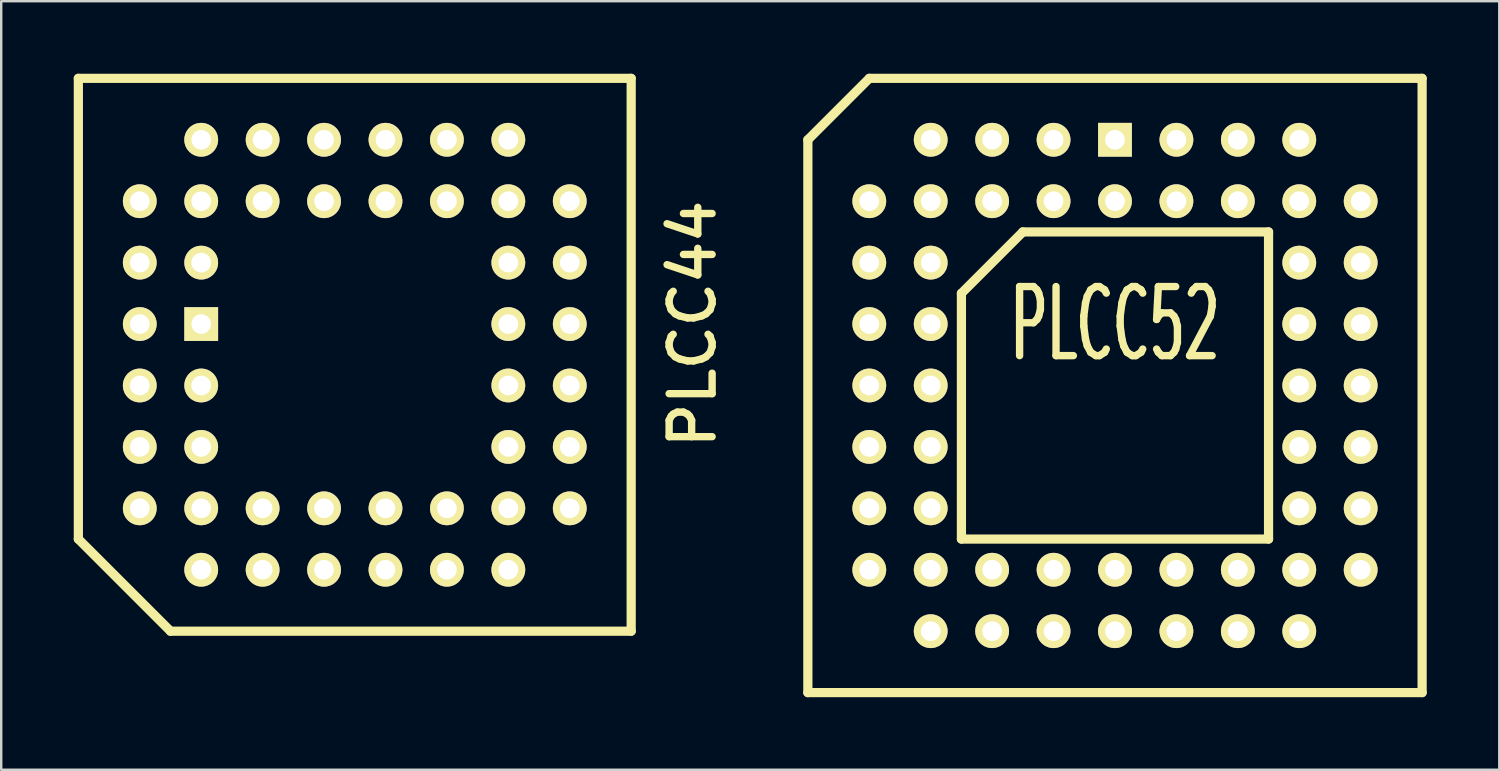
<source format=kicad_pcb>
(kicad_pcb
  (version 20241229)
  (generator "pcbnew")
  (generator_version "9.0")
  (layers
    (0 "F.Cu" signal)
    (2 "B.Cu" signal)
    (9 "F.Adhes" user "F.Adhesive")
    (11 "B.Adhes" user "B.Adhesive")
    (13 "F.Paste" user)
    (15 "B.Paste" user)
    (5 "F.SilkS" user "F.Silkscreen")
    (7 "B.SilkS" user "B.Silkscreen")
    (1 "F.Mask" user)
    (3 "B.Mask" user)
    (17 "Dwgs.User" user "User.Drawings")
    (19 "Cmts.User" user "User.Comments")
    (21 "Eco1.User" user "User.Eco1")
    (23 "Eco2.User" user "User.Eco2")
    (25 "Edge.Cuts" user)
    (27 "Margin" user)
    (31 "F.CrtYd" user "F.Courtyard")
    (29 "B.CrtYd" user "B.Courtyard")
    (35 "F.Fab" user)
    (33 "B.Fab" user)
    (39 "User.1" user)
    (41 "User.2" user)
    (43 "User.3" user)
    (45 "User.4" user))
  (footprint "PLCC44"
    (layer "F.Cu")
    (at 11.62 11.62)
    (property "Reference" "PLCC44" (at 13.97 -1.27 90) (layer "F.SilkS") (effects (font (size 1.778 1.778) (thickness 0.305))))
    (attr through_hole)
    (fp_line (start -11.43 -11.43) (end -11.43 7.62) (stroke (width 0.381) (type solid)) (layer "F.SilkS"))
    (fp_line (start -11.43 7.62) (end -7.62 11.43) (stroke (width 0.381) (type solid)) (layer "F.SilkS"))
    (fp_line (start -7.62 11.43) (end 11.43 11.43) (stroke (width 0.381) (type solid)) (layer "F.SilkS"))
    (fp_line (start 11.43 -11.43) (end -11.43 -11.43) (stroke (width 0.381) (type solid)) (layer "F.SilkS"))
    (fp_line (start 11.43 11.43) (end 11.43 -11.43) (stroke (width 0.381) (type solid)) (layer "F.SilkS"))
    (pad "1" thru_hole rect (at -6.35 -1.27) (size 1.397 1.397) (drill 0.813) (layers "*.Cu" "*.Mask" "F.SilkS"))
    (pad "2" thru_hole circle (at -8.89 1.27) (size 1.397 1.397) (drill 0.813) (layers "*.Cu" "*.Mask" "F.SilkS"))
    (pad "3" thru_hole circle (at -6.35 1.27) (size 1.397 1.397) (drill 0.813) (layers "*.Cu" "*.Mask" "F.SilkS"))
    (pad "4" thru_hole circle (at -8.89 3.81) (size 1.397 1.397) (drill 0.813) (layers "*.Cu" "*.Mask" "F.SilkS"))
    (pad "5" thru_hole circle (at -6.35 3.81) (size 1.397 1.397) (drill 0.813) (layers "*.Cu" "*.Mask" "F.SilkS"))
    (pad "6" thru_hole circle (at -8.89 6.35) (size 1.397 1.397) (drill 0.813) (layers "*.Cu" "*.Mask" "F.SilkS"))
    (pad "7" thru_hole circle (at -6.35 8.89) (size 1.397 1.397) (drill 0.813) (layers "*.Cu" "*.Mask" "F.SilkS"))
    (pad "8" thru_hole circle (at -6.35 6.35) (size 1.397 1.397) (drill 0.813) (layers "*.Cu" "*.Mask" "F.SilkS"))
    (pad "9" thru_hole circle (at -3.81 8.89) (size 1.397 1.397) (drill 0.813) (layers "*.Cu" "*.Mask" "F.SilkS"))
    (pad "10" thru_hole circle (at -3.81 6.35) (size 1.397 1.397) (drill 0.813) (layers "*.Cu" "*.Mask" "F.SilkS"))
    (pad "11" thru_hole circle (at -1.27 8.89) (size 1.397 1.397) (drill 0.813) (layers "*.Cu" "*.Mask" "F.SilkS"))
    (pad "12" thru_hole circle (at -1.27 6.35) (size 1.397 1.397) (drill 0.813) (layers "*.Cu" "*.Mask" "F.SilkS"))
    (pad "13" thru_hole circle (at 1.27 8.89) (size 1.397 1.397) (drill 0.813) (layers "*.Cu" "*.Mask" "F.SilkS"))
    (pad "14" thru_hole circle (at 1.27 6.35) (size 1.397 1.397) (drill 0.813) (layers "*.Cu" "*.Mask" "F.SilkS"))
    (pad "15" thru_hole circle (at 3.81 8.89) (size 1.397 1.397) (drill 0.813) (layers "*.Cu" "*.Mask" "F.SilkS"))
    (pad "16" thru_hole circle (at 3.81 6.35) (size 1.397 1.397) (drill 0.813) (layers "*.Cu" "*.Mask" "F.SilkS"))
    (pad "17" thru_hole circle (at 6.35 8.89) (size 1.397 1.397) (drill 0.813) (layers "*.Cu" "*.Mask" "F.SilkS"))
    (pad "18" thru_hole circle (at 8.89 6.35) (size 1.397 1.397) (drill 0.813) (layers "*.Cu" "*.Mask" "F.SilkS"))
    (pad "19" thru_hole circle (at 6.35 6.35) (size 1.397 1.397) (drill 0.813) (layers "*.Cu" "*.Mask" "F.SilkS"))
    (pad "20" thru_hole circle (at 8.89 3.81) (size 1.397 1.397) (drill 0.813) (layers "*.Cu" "*.Mask" "F.SilkS"))
    (pad "21" thru_hole circle (at 6.35 3.81) (size 1.397 1.397) (drill 0.813) (layers "*.Cu" "*.Mask" "F.SilkS"))
    (pad "22" thru_hole circle (at 8.89 1.27) (size 1.397 1.397) (drill 0.813) (layers "*.Cu" "*.Mask" "F.SilkS"))
    (pad "23" thru_hole circle (at 6.35 1.27) (size 1.397 1.397) (drill 0.813) (layers "*.Cu" "*.Mask" "F.SilkS"))
    (pad "24" thru_hole circle (at 8.89 -1.27) (size 1.397 1.397) (drill 0.813) (layers "*.Cu" "*.Mask" "F.SilkS"))
    (pad "25" thru_hole circle (at 6.35 -1.27) (size 1.397 1.397) (drill 0.813) (layers "*.Cu" "*.Mask" "F.SilkS"))
    (pad "26" thru_hole circle (at 8.89 -3.81) (size 1.397 1.397) (drill 0.813) (layers "*.Cu" "*.Mask" "F.SilkS"))
    (pad "27" thru_hole circle (at 6.35 -3.81) (size 1.397 1.397) (drill 0.813) (layers "*.Cu" "*.Mask" "F.SilkS"))
    (pad "28" thru_hole circle (at 8.89 -6.35) (size 1.397 1.397) (drill 0.813) (layers "*.Cu" "*.Mask" "F.SilkS"))
    (pad "29" thru_hole circle (at 6.35 -8.89) (size 1.397 1.397) (drill 0.813) (layers "*.Cu" "*.Mask" "F.SilkS"))
    (pad "30" thru_hole circle (at 6.35 -6.35) (size 1.397 1.397) (drill 0.813) (layers "*.Cu" "*.Mask" "F.SilkS"))
    (pad "31" thru_hole circle (at 3.81 -8.89) (size 1.397 1.397) (drill 0.813) (layers "*.Cu" "*.Mask" "F.SilkS"))
    (pad "32" thru_hole circle (at 3.81 -6.35) (size 1.397 1.397) (drill 0.813) (layers "*.Cu" "*.Mask" "F.SilkS"))
    (pad "33" thru_hole circle (at 1.27 -8.89) (size 1.397 1.397) (drill 0.813) (layers "*.Cu" "*.Mask" "F.SilkS"))
    (pad "34" thru_hole circle (at 1.27 -6.35) (size 1.397 1.397) (drill 0.813) (layers "*.Cu" "*.Mask" "F.SilkS"))
    (pad "35" thru_hole circle (at -1.27 -8.89) (size 1.397 1.397) (drill 0.813) (layers "*.Cu" "*.Mask" "F.SilkS"))
    (pad "36" thru_hole circle (at -1.27 -6.35) (size 1.397 1.397) (drill 0.813) (layers "*.Cu" "*.Mask" "F.SilkS"))
    (pad "37" thru_hole circle (at -3.81 -8.89) (size 1.397 1.397) (drill 0.813) (layers "*.Cu" "*.Mask" "F.SilkS"))
    (pad "38" thru_hole circle (at -3.81 -6.35) (size 1.397 1.397) (drill 0.813) (layers "*.Cu" "*.Mask" "F.SilkS"))
    (pad "39" thru_hole circle (at -6.35 -8.89) (size 1.397 1.397) (drill 0.813) (layers "*.Cu" "*.Mask" "F.SilkS"))
    (pad "40" thru_hole circle (at -8.89 -6.35) (size 1.397 1.397) (drill 0.813) (layers "*.Cu" "*.Mask" "F.SilkS"))
    (pad "41" thru_hole circle (at -6.35 -6.35) (size 1.397 1.397) (drill 0.813) (layers "*.Cu" "*.Mask" "F.SilkS"))
    (pad "42" thru_hole circle (at -8.89 -3.81) (size 1.397 1.397) (drill 0.813) (layers "*.Cu" "*.Mask" "F.SilkS"))
    (pad "43" thru_hole circle (at -6.35 -3.81) (size 1.397 1.397) (drill 0.813) (layers "*.Cu" "*.Mask" "F.SilkS"))
    (pad "44" thru_hole circle (at -8.89 -1.27) (size 1.397 1.397) (drill 0.813) (layers "*.Cu" "*.Mask" "F.SilkS")))
  (footprint "PLCC52"
    (layer "F.Cu")
    (at 43.056 12.89)
    (property "Reference" "PLCC52" (at 0 -2.54 0) (layer "F.SilkS") (effects (font (size 2.857 1.506) (thickness 0.305))))
    (attr through_hole)
    (fp_line (start -12.7 -10.16) (end -10.16 -12.7) (stroke (width 0.381) (type solid)) (layer "F.SilkS"))
    (fp_line (start -12.7 12.7) (end -12.7 -10.16) (stroke (width 0.381) (type solid)) (layer "F.SilkS"))
    (fp_line (start -10.16 -12.7) (end 12.7 -12.7) (stroke (width 0.381) (type solid)) (layer "F.SilkS"))
    (fp_line (start -6.35 -3.81) (end -6.35 6.35) (stroke (width 0.381) (type solid)) (layer "F.SilkS"))
    (fp_line (start -6.35 6.35) (end 6.35 6.35) (stroke (width 0.381) (type solid)) (layer "F.SilkS"))
    (fp_line (start -3.81 -6.35) (end -6.35 -3.81) (stroke (width 0.381) (type solid)) (layer "F.SilkS"))
    (fp_line (start 6.35 -6.35) (end -3.81 -6.35) (stroke (width 0.381) (type solid)) (layer "F.SilkS"))
    (fp_line (start 6.35 6.35) (end 6.35 -6.35) (stroke (width 0.381) (type solid)) (layer "F.SilkS"))
    (fp_line (start 12.7 -12.7) (end 12.7 12.7) (stroke (width 0.381) (type solid)) (layer "F.SilkS"))
    (fp_line (start 12.7 12.7) (end -12.7 12.7) (stroke (width 0.381) (type solid)) (layer "F.SilkS"))
    (pad "1" thru_hole rect (at 0 -10.16) (size 1.397 1.397) (drill 0.813) (layers "*.Cu" "*.Mask" "F.SilkS"))
    (pad "2" thru_hole circle (at 0 -7.62) (size 1.397 1.397) (drill 0.813) (layers "*.Cu" "*.Mask" "F.SilkS"))
    (pad "3" thru_hole circle (at -2.54 -10.16) (size 1.397 1.397) (drill 0.813) (layers "*.Cu" "*.Mask" "F.SilkS"))
    (pad "4" thru_hole circle (at -2.54 -7.62) (size 1.397 1.397) (drill 0.813) (layers "*.Cu" "*.Mask" "F.SilkS"))
    (pad "5" thru_hole circle (at -5.08 -10.16) (size 1.397 1.397) (drill 0.813) (layers "*.Cu" "*.Mask" "F.SilkS"))
    (pad "6" thru_hole circle (at -5.08 -7.62) (size 1.397 1.397) (drill 0.813) (layers "*.Cu" "*.Mask" "F.SilkS"))
    (pad "7" thru_hole circle (at -7.62 -10.16) (size 1.397 1.397) (drill 0.813) (layers "*.Cu" "*.Mask" "F.SilkS"))
    (pad "8" thru_hole circle (at -10.16 -7.62) (size 1.397 1.397) (drill 0.813) (layers "*.Cu" "*.Mask" "F.SilkS"))
    (pad "9" thru_hole circle (at -7.62 -7.62) (size 1.397 1.397) (drill 0.813) (layers "*.Cu" "*.Mask" "F.SilkS"))
    (pad "10" thru_hole circle (at -10.16 -5.08) (size 1.397 1.397) (drill 0.813) (layers "*.Cu" "*.Mask" "F.SilkS"))
    (pad "11" thru_hole circle (at -7.62 -5.08) (size 1.397 1.397) (drill 0.813) (layers "*.Cu" "*.Mask" "F.SilkS"))
    (pad "12" thru_hole circle (at -10.16 -2.54) (size 1.397 1.397) (drill 0.813) (layers "*.Cu" "*.Mask" "F.SilkS"))
    (pad "13" thru_hole circle (at -7.62 -2.54) (size 1.397 1.397) (drill 0.813) (layers "*.Cu" "*.Mask" "F.SilkS"))
    (pad "14" thru_hole circle (at -10.16 0) (size 1.397 1.397) (drill 0.813) (layers "*.Cu" "*.Mask" "F.SilkS"))
    (pad "15" thru_hole circle (at -7.62 0) (size 1.397 1.397) (drill 0.813) (layers "*.Cu" "*.Mask" "F.SilkS"))
    (pad "16" thru_hole circle (at -10.16 2.54) (size 1.397 1.397) (drill 0.813) (layers "*.Cu" "*.Mask" "F.SilkS"))
    (pad "17" thru_hole circle (at -7.62 2.54) (size 1.397 1.397) (drill 0.813) (layers "*.Cu" "*.Mask" "F.SilkS"))
    (pad "18" thru_hole circle (at -10.16 5.08) (size 1.397 1.397) (drill 0.813) (layers "*.Cu" "*.Mask" "F.SilkS"))
    (pad "19" thru_hole circle (at -7.62 5.08) (size 1.397 1.397) (drill 0.813) (layers "*.Cu" "*.Mask" "F.SilkS"))
    (pad "20" thru_hole circle (at -10.16 7.62) (size 1.397 1.397) (drill 0.813) (layers "*.Cu" "*.Mask" "F.SilkS"))
    (pad "21" thru_hole circle (at -7.62 10.16) (size 1.397 1.397) (drill 0.813) (layers "*.Cu" "*.Mask" "F.SilkS"))
    (pad "22" thru_hole circle (at -7.62 7.62) (size 1.397 1.397) (drill 0.813) (layers "*.Cu" "*.Mask" "F.SilkS"))
    (pad "23" thru_hole circle (at -5.08 10.16) (size 1.397 1.397) (drill 0.813) (layers "*.Cu" "*.Mask" "F.SilkS"))
    (pad "24" thru_hole circle (at -5.08 7.62) (size 1.397 1.397) (drill 0.813) (layers "*.Cu" "*.Mask" "F.SilkS"))
    (pad "25" thru_hole circle (at -2.54 10.16) (size 1.397 1.397) (drill 0.813) (layers "*.Cu" "*.Mask" "F.SilkS"))
    (pad "26" thru_hole circle (at -2.54 7.62) (size 1.397 1.397) (drill 0.813) (layers "*.Cu" "*.Mask" "F.SilkS"))
    (pad "27" thru_hole circle (at 0 10.16) (size 1.397 1.397) (drill 0.813) (layers "*.Cu" "*.Mask" "F.SilkS"))
    (pad "28" thru_hole circle (at 0 7.62) (size 1.397 1.397) (drill 0.813) (layers "*.Cu" "*.Mask" "F.SilkS"))
    (pad "29" thru_hole circle (at 2.54 10.16) (size 1.397 1.397) (drill 0.813) (layers "*.Cu" "*.Mask" "F.SilkS"))
    (pad "30" thru_hole circle (at 2.54 7.62) (size 1.397 1.397) (drill 0.813) (layers "*.Cu" "*.Mask" "F.SilkS"))
    (pad "31" thru_hole circle (at 5.08 10.16) (size 1.397 1.397) (drill 0.813) (layers "*.Cu" "*.Mask" "F.SilkS"))
    (pad "32" thru_hole circle (at 5.08 7.62) (size 1.397 1.397) (drill 0.813) (layers "*.Cu" "*.Mask" "F.SilkS"))
    (pad "33" thru_hole circle (at 7.62 10.16) (size 1.397 1.397) (drill 0.813) (layers "*.Cu" "*.Mask" "F.SilkS"))
    (pad "34" thru_hole circle (at 10.16 7.62) (size 1.397 1.397) (drill 0.813) (layers "*.Cu" "*.Mask" "F.SilkS"))
    (pad "35" thru_hole circle (at 7.62 7.62) (size 1.397 1.397) (drill 0.813) (layers "*.Cu" "*.Mask" "F.SilkS"))
    (pad "36" thru_hole circle (at 10.16 5.08) (size 1.397 1.397) (drill 0.813) (layers "*.Cu" "*.Mask" "F.SilkS"))
    (pad "37" thru_hole circle (at 7.62 5.08) (size 1.397 1.397) (drill 0.813) (layers "*.Cu" "*.Mask" "F.SilkS"))
    (pad "38" thru_hole circle (at 10.16 2.54) (size 1.397 1.397) (drill 0.813) (layers "*.Cu" "*.Mask" "F.SilkS"))
    (pad "39" thru_hole circle (at 7.62 2.54) (size 1.397 1.397) (drill 0.813) (layers "*.Cu" "*.Mask" "F.SilkS"))
    (pad "40" thru_hole circle (at 10.16 0) (size 1.397 1.397) (drill 0.813) (layers "*.Cu" "*.Mask" "F.SilkS"))
    (pad "41" thru_hole circle (at 7.62 0) (size 1.397 1.397) (drill 0.813) (layers "*.Cu" "*.Mask" "F.SilkS"))
    (pad "42" thru_hole circle (at 10.16 -2.54) (size 1.397 1.397) (drill 0.813) (layers "*.Cu" "*.Mask" "F.SilkS"))
    (pad "43" thru_hole circle (at 7.62 -2.54) (size 1.397 1.397) (drill 0.813) (layers "*.Cu" "*.Mask" "F.SilkS"))
    (pad "44" thru_hole circle (at 10.16 -5.08) (size 1.397 1.397) (drill 0.813) (layers "*.Cu" "*.Mask" "F.SilkS"))
    (pad "45" thru_hole circle (at 7.62 -5.08) (size 1.397 1.397) (drill 0.813) (layers "*.Cu" "*.Mask" "F.SilkS"))
    (pad "46" thru_hole circle (at 10.16 -7.62) (size 1.397 1.397) (drill 0.813) (layers "*.Cu" "*.Mask" "F.SilkS"))
    (pad "47" thru_hole circle (at 7.62 -10.16) (size 1.397 1.397) (drill 0.813) (layers "*.Cu" "*.Mask" "F.SilkS"))
    (pad "48" thru_hole circle (at 7.62 -7.62) (size 1.397 1.397) (drill 0.813) (layers "*.Cu" "*.Mask" "F.SilkS"))
    (pad "49" thru_hole circle (at 5.08 -10.16) (size 1.397 1.397) (drill 0.813) (layers "*.Cu" "*.Mask" "F.SilkS"))
    (pad "50" thru_hole circle (at 5.08 -7.62) (size 1.397 1.397) (drill 0.813) (layers "*.Cu" "*.Mask" "F.SilkS"))
    (pad "51" thru_hole circle (at 2.54 -10.16) (size 1.397 1.397) (drill 0.813) (layers "*.Cu" "*.Mask" "F.SilkS"))
    (pad "52" thru_hole circle (at 2.54 -7.62) (size 1.397 1.397) (drill 0.813) (layers "*.Cu" "*.Mask" "F.SilkS")))
  (gr_rect
    (start -3 -3)
    (end 58.947 28.781)
    (stroke (width 0.1) (type default))
    (fill no)
    (layer "Edge.Cuts")))
</source>
